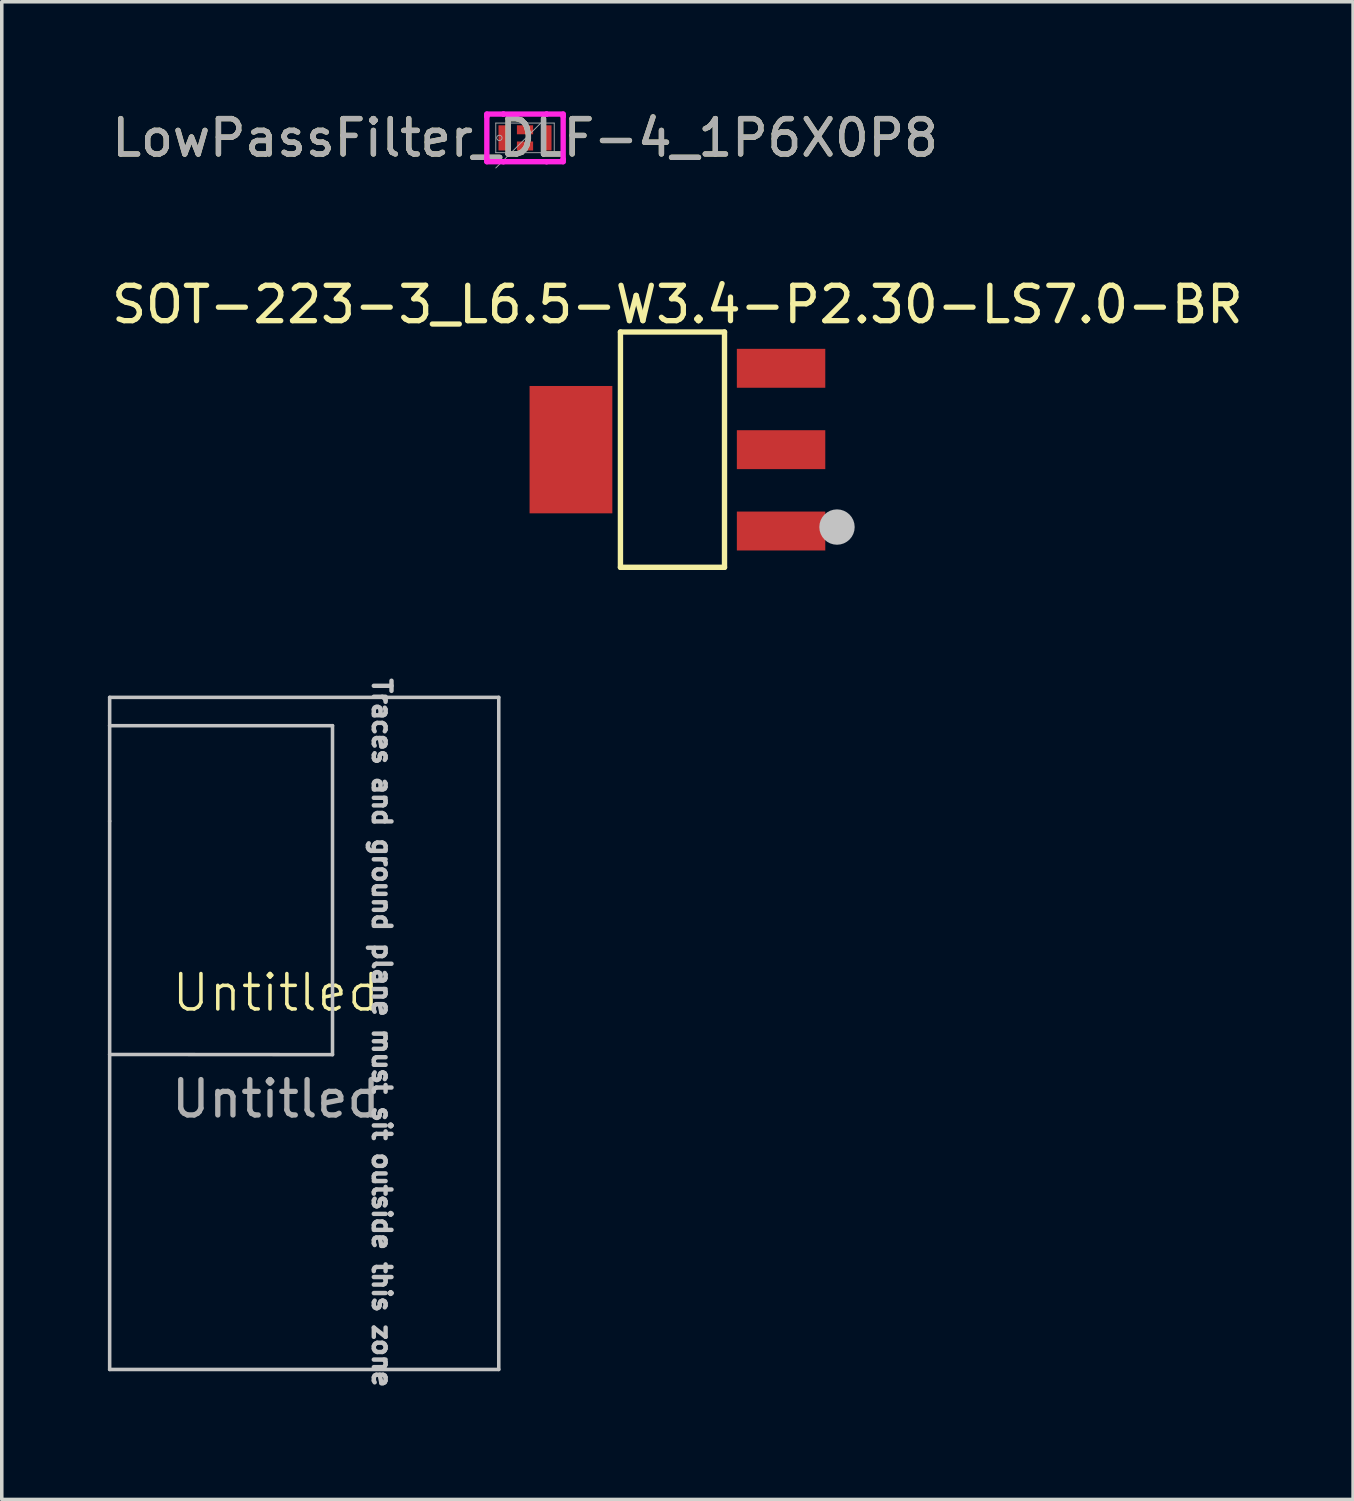
<source format=kicad_pcb>
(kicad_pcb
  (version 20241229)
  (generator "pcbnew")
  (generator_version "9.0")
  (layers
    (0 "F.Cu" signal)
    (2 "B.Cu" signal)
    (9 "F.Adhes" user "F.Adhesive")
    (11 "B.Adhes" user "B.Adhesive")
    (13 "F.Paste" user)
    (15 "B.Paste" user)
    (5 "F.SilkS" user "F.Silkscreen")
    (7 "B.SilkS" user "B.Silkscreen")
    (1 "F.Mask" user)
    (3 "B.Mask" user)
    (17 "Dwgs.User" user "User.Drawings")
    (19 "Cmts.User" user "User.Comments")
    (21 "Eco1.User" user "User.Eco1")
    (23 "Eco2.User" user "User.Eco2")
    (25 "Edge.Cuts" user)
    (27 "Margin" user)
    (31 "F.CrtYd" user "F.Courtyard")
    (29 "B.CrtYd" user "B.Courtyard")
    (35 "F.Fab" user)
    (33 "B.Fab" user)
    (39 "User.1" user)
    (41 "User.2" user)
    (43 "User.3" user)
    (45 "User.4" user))
  (footprint "SOT-223-3_L6.5-W3.4-P2.30-LS7.0-BR"
    (layer "F.Cu")
    (at 16.061 9.662)
    (property "Reference" "SOT-223-3_L6.5-W3.4-P2.30-LS7.0-BR" (at 0.04 -4.102 0) (layer "F.SilkS") (effects (font (size 1 1) (thickness 0.15))))
    (fp_line (start -1.571 -3.326) (end 1.371 -3.326) (stroke (width 0.152) (type default)) (layer "F.SilkS"))
    (fp_line (start -1.571 3.326) (end -1.571 -3.326) (stroke (width 0.152) (type default)) (layer "F.SilkS"))
    (fp_line (start 1.371 -3.326) (end 1.371 3.326) (stroke (width 0.152) (type default)) (layer "F.SilkS"))
    (fp_line (start 1.371 3.326) (end -1.571 3.326) (stroke (width 0.152) (type default)) (layer "F.SilkS"))
    (fp_circle (center 4.551 2.188) (end 4.801 2.188) (stroke (width 0.5) (type default)) (fill no) (layer "Dwgs.User"))
    (fp_poly (pts (xy -3.6 1.5) (xy -3.6 -1.5) (xy -2.85 -1.5) (xy -2.85 1.5)) (stroke (width 0.1) (type default)) (fill no) (layer "User.1"))
    (fp_poly (pts (xy -2.86 1.5) (xy -2.86 -1.5) (xy -1.84 -1.5) (xy -1.84 1.5)) (stroke (width 0.1) (type default)) (fill no) (layer "User.1"))
    (fp_poly (pts (xy 1.64 -1.925) (xy 1.64 -2.675) (xy 2.66 -2.675) (xy 2.66 -1.925)) (stroke (width 0.1) (type default)) (fill no) (layer "User.1"))
    (fp_poly (pts (xy 1.64 0.375) (xy 1.64 -0.375) (xy 2.66 -0.375) (xy 2.66 0.375)) (stroke (width 0.1) (type default)) (fill no) (layer "User.1"))
    (fp_poly (pts (xy 1.64 2.675) (xy 1.64 1.925) (xy 2.66 1.925) (xy 2.66 2.675)) (stroke (width 0.1) (type default)) (fill no) (layer "User.1"))
    (fp_poly (pts (xy 2.65 -1.925) (xy 2.65 -2.675) (xy 3.4 -2.675) (xy 3.4 -1.925)) (stroke (width 0.1) (type default)) (fill no) (layer "User.1"))
    (fp_poly (pts (xy 2.65 0.375) (xy 2.65 -0.375) (xy 3.4 -0.375) (xy 3.4 0.375)) (stroke (width 0.1) (type default)) (fill no) (layer "User.1"))
    (fp_poly (pts (xy 2.65 2.675) (xy 2.65 1.925) (xy 3.4 1.925) (xy 3.4 2.675)) (stroke (width 0.1) (type default)) (fill no) (layer "User.1"))
    (fp_line (start -1.85 -3.25) (end 1.65 -3.25) (stroke (width 0.051) (type default)) (layer "User.2"))
    (fp_line (start -1.85 3.25) (end -1.85 -3.25) (stroke (width 0.051) (type default)) (layer "User.2"))
    (fp_line (start 1.65 -3.25) (end 1.65 3.25) (stroke (width 0.051) (type default)) (layer "User.2"))
    (fp_line (start 1.65 3.25) (end -1.85 3.25) (stroke (width 0.051) (type default)) (layer "User.2"))
    (fp_poly (pts (xy 3.455 3.227) (xy 3.423 3.195) (xy 3.377 3.195) (xy 3.345 3.227) (xy 3.345 3.273) (xy 3.377 3.305) (xy 3.423 3.305) (xy 3.455 3.273)) (stroke (width 0.1) (type default)) (fill no) (layer "User.3"))
    (pad "1" smd rect (at 2.97 2.3) (size 2.5 1.1) (layers "F.Cu" "F.Mask" "F.Paste"))
    (pad "2" smd rect (at 2.97 0) (size 2.5 1.1) (layers "F.Cu" "F.Mask" "F.Paste"))
    (pad "3" smd rect (at 2.97 -2.3) (size 2.5 1.1) (layers "F.Cu" "F.Mask" "F.Paste"))
    (pad "4" smd rect (at -2.97 0) (size 2.34 3.6) (layers "F.Cu" "F.Mask" "F.Paste")))
  (footprint "LowPassFilter_DLF-4_1P6X0P8"
    (layer "F.Cu")
    (at 11.792 0.848)
    (property "Reference" "LowPassFilter_DLF-4_1P6X0P8" (at 0 0 0) (unlocked yes) (layer "F.SilkS") (effects (font (size 1 1) (thickness 0.15))))
    (attr smd)
    (fp_line (start -1.079 -0.673) (end -0.61 -0.673) (stroke (width 0.152) (type solid)) (layer "F.CrtYd"))
    (fp_line (start -1.079 -0.61) (end -1.079 -0.673) (stroke (width 0.152) (type solid)) (layer "F.CrtYd"))
    (fp_line (start -1.079 -0.61) (end -1.079 -0.61) (stroke (width 0.152) (type solid)) (layer "F.CrtYd"))
    (fp_line (start -1.079 0.61) (end -1.079 -0.61) (stroke (width 0.152) (type solid)) (layer "F.CrtYd"))
    (fp_line (start -1.079 0.61) (end -1.079 0.61) (stroke (width 0.152) (type solid)) (layer "F.CrtYd"))
    (fp_line (start -1.079 0.673) (end -1.079 0.61) (stroke (width 0.152) (type solid)) (layer "F.CrtYd"))
    (fp_line (start -0.61 -0.673) (end -0.61 -0.673) (stroke (width 0.152) (type solid)) (layer "F.CrtYd"))
    (fp_line (start -0.61 -0.673) (end 0.61 -0.673) (stroke (width 0.152) (type solid)) (layer "F.CrtYd"))
    (fp_line (start -0.61 0.673) (end -1.079 0.673) (stroke (width 0.152) (type solid)) (layer "F.CrtYd"))
    (fp_line (start -0.61 0.673) (end -0.61 0.673) (stroke (width 0.152) (type solid)) (layer "F.CrtYd"))
    (fp_line (start 0.61 -0.673) (end 0.61 -0.673) (stroke (width 0.152) (type solid)) (layer "F.CrtYd"))
    (fp_line (start 0.61 -0.673) (end 1.079 -0.673) (stroke (width 0.152) (type solid)) (layer "F.CrtYd"))
    (fp_line (start 0.61 0.673) (end -0.61 0.673) (stroke (width 0.152) (type solid)) (layer "F.CrtYd"))
    (fp_line (start 0.61 0.673) (end 0.61 0.673) (stroke (width 0.152) (type solid)) (layer "F.CrtYd"))
    (fp_line (start 1.079 -0.673) (end 1.079 -0.61) (stroke (width 0.152) (type solid)) (layer "F.CrtYd"))
    (fp_line (start 1.079 -0.61) (end 1.079 -0.61) (stroke (width 0.152) (type solid)) (layer "F.CrtYd"))
    (fp_line (start 1.079 -0.61) (end 1.079 0.61) (stroke (width 0.152) (type solid)) (layer "F.CrtYd"))
    (fp_line (start 1.079 0.61) (end 1.079 0.61) (stroke (width 0.152) (type solid)) (layer "F.CrtYd"))
    (fp_line (start 1.079 0.61) (end 1.079 0.673) (stroke (width 0.152) (type solid)) (layer "F.CrtYd"))
    (fp_line (start 1.079 0.673) (end 0.61 0.673) (stroke (width 0.152) (type solid)) (layer "F.CrtYd"))
    (fp_line (start -0.826 -0.419) (end -0.826 0.419) (stroke (width 0.025) (type solid)) (layer "F.Fab"))
    (fp_line (start -0.826 0.419) (end 0.826 0.419) (stroke (width 0.025) (type solid)) (layer "F.Fab"))
    (fp_line (start -0.826 0.851) (end 0.445 -0.419) (stroke (width 0.025) (type solid)) (layer "F.Fab"))
    (fp_line (start 0.826 -0.419) (end -0.826 -0.419) (stroke (width 0.025) (type solid)) (layer "F.Fab"))
    (fp_line (start 0.826 0.419) (end 0.826 -0.419) (stroke (width 0.025) (type solid)) (layer "F.Fab"))
    (fp_circle (center -0.724 0) (end -0.648 0) (stroke (width 0.025) (type solid)) (fill no) (layer "F.Fab"))
    (fp_text user "${REFERENCE}" (at 0 0 0) (unlocked yes) (layer "F.Fab") (effects (font (size 1 1) (thickness 0.15))))
    (pad "1" smd rect (at -0.61 0) (size 0.279 0.711) (layers "F.Cu" "F.Mask" "F.Paste"))
    (pad "2" smd rect (at 0 -0.229 90) (size 0.254 0.457) (layers "F.Cu" "F.Mask" "F.Paste"))
    (pad "3" smd rect (at 0.61 0) (size 0.279 0.711) (layers "F.Cu" "F.Mask" "F.Paste"))
    (pad "4" smd rect (at 0 0.229 90) (size 0.254 0.457) (layers "F.Cu" "F.Mask" "F.Paste")))
  (footprint "Untitled"
    (layer "F.Cu")
    (at 4.75 25.515)
    (property "Reference" "Untitled" (at 0 -0.5 0) (unlocked yes) (layer "F.SilkS") (effects (font (size 1 1) (thickness 0.1))))
    (attr smd)
    (fp_line (start -4.7 -8.85) (end 6.3 -8.85) (stroke (width 0.1) (type default)) (layer "Dwgs.User"))
    (fp_line (start -4.7 -8.05) (end -4.7 -8.85) (stroke (width 0.1) (type default)) (layer "Dwgs.User"))
    (fp_line (start -4.7 -8.05) (end 1.6 -8.05) (stroke (width 0.1) (type default)) (layer "Dwgs.User"))
    (fp_line (start -4.7 -5.35) (end -4.7 -8.05) (stroke (width 0.1) (type default)) (layer "Dwgs.User"))
    (fp_line (start -4.7 -5.35) (end -4.7 1.245) (stroke (width 0.1) (type default)) (layer "Dwgs.User"))
    (fp_line (start -4.7 1.25) (end -4.7 10.15) (stroke (width 0.1) (type default)) (layer "Dwgs.User"))
    (fp_line (start 1.6 -8.05) (end 1.6 1.25) (stroke (width 0.1) (type default)) (layer "Dwgs.User"))
    (fp_line (start 1.6 1.25) (end -4.7 1.245) (stroke (width 0.1) (type default)) (layer "Dwgs.User"))
    (fp_line (start 6.3 -8.85) (end 6.3 10.15) (stroke (width 0.1) (type default)) (layer "Dwgs.User"))
    (fp_line (start 6.3 10.15) (end -4.7 10.15) (stroke (width 0.1) (type default)) (layer "Dwgs.User"))
    (fp_text user "Traces and ground plane must sit outside this zone" (at 2.7 -9.45 270) (unlocked yes) (layer "Dwgs.User") (effects (font (size 0.5 0.5) (thickness 0.125)) (justify left bottom)))
    (fp_text user "${REFERENCE}" (at 0 2.5 0) (unlocked yes) (layer "F.Fab") (effects (font (size 1 1) (thickness 0.15)))))
  (gr_rect
    (start -3 -3)
    (end 35.202 39.34)
    (stroke (width 0.1) (type default))
    (fill no)
    (layer "Edge.Cuts")))
</source>
